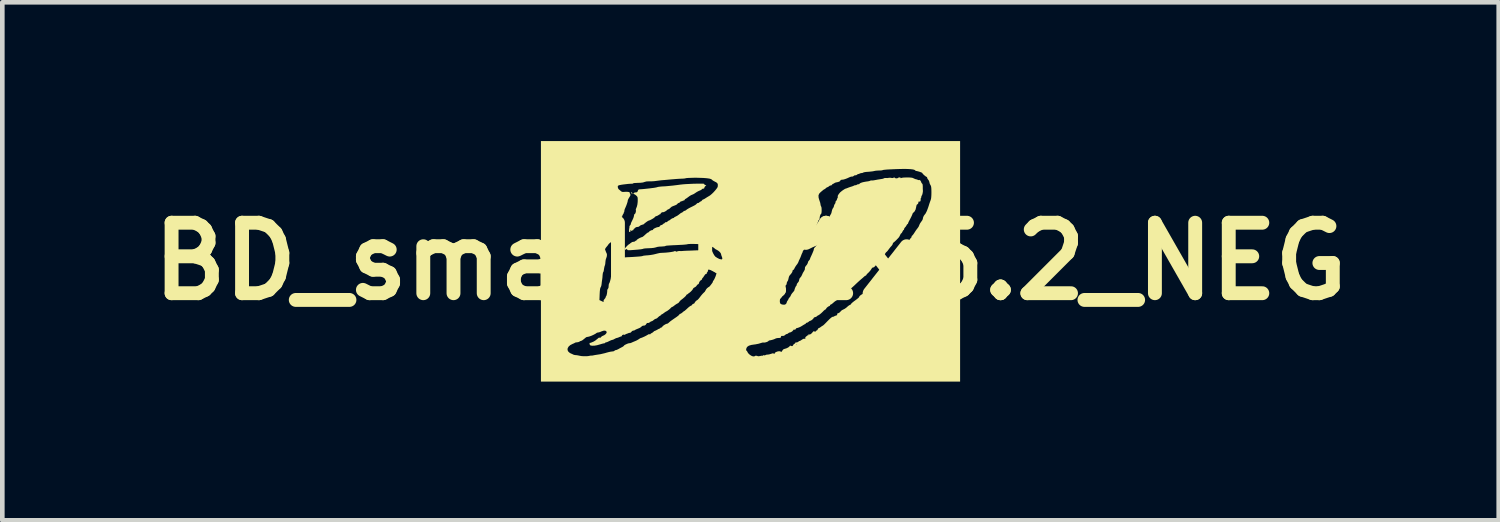
<source format=kicad_pcb>
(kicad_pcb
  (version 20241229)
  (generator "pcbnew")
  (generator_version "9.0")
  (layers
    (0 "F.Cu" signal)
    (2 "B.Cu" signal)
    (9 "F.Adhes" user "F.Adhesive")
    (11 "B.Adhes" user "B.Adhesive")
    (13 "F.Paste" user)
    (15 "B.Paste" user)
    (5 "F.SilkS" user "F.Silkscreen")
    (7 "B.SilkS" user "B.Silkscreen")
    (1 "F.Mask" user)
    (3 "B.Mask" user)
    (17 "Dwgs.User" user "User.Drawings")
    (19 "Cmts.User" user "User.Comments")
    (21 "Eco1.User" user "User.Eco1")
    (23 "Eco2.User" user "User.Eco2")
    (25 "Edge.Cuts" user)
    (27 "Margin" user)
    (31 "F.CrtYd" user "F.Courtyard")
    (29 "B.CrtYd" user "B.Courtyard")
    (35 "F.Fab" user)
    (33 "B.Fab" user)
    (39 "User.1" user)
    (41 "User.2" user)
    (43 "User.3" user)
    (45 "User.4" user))
  (footprint "BD_small 9.1x5.2_NEG"
    (layer "F.Cu")
    (at 13.179 2.601)
    (property "Reference" "BD_small 9.1x5.2_NEG" (at 0 0 0) (layer "F.SilkS") (effects (font (size 1.524 1.524) (thickness 0.3))))
    (attr board_only exclude_from_pos_files exclude_from_bom)
    (fp_poly (pts (xy 2.431 0.685) (xy 2.425 0.69) (xy 2.42 0.685) (xy 2.425 0.679)) (stroke (width 0) (type solid)) (fill yes) (layer "F.SilkS"))
    (fp_poly (pts (xy -2.56 -1.492) (xy -2.561 -1.49) (xy -2.562 -1.477) (xy -2.557 -1.468) (xy -2.551 -1.456) (xy -2.556 -1.454) (xy -2.568 -1.463) (xy -2.573 -1.471) (xy -2.579 -1.49) (xy -2.574 -1.496) (xy -2.567 -1.497)) (stroke (width 0) (type solid)) (fill yes) (layer "F.SilkS"))
    (fp_poly (pts (xy -1.063 -1.68) (xy -1.027 -1.679) (xy -1.007 -1.677) (xy -1.004 -1.675) (xy -1.001 -1.665) (xy -0.986 -1.653) (xy -0.974 -1.649) (xy -0.958 -1.647) (xy -0.96 -1.641) (xy -0.974 -1.629) (xy -0.992 -1.609) (xy -0.998 -1.592) (xy -1.004 -1.575) (xy -1.024 -1.571) (xy -1.044 -1.567) (xy -1.051 -1.56) (xy -1.06 -1.549) (xy -1.08 -1.538) (xy -1.125 -1.519) (xy -1.157 -1.502) (xy -1.185 -1.484) (xy -1.199 -1.474) (xy -1.229 -1.455) (xy -1.258 -1.442) (xy -1.264 -1.44) (xy -1.287 -1.43) (xy -1.318 -1.411) (xy -1.345 -1.391) (xy -1.375 -1.369) (xy -1.399 -1.353) (xy -1.411 -1.348) (xy -1.421 -1.339) (xy -1.422 -1.332) (xy -1.431 -1.319) (xy -1.443 -1.316) (xy -1.463 -1.311) (xy -1.471 -1.305) (xy -1.485 -1.298) (xy -1.492 -1.299) (xy -1.509 -1.296) (xy -1.52 -1.284) (xy -1.538 -1.267) (xy -1.552 -1.263) (xy -1.571 -1.255) (xy -1.581 -1.242) (xy -1.599 -1.226) (xy -1.632 -1.21) (xy -1.65 -1.204) (xy -1.702 -1.183) (xy -1.734 -1.156) (xy -1.755 -1.136) (xy -1.774 -1.126) (xy -1.777 -1.125) (xy -1.796 -1.117) (xy -1.801 -1.112) (xy -1.816 -1.098) (xy -1.84 -1.082) (xy -1.865 -1.069) (xy -1.883 -1.063) (xy -1.886 -1.063) (xy -1.907 -1.062) (xy -1.928 -1.052) (xy -1.942 -1.038) (xy -1.942 -1.034) (xy -1.949 -1.021) (xy -1.954 -1.019) (xy -1.97 -1.013) (xy -1.992 -0.998) (xy -1.993 -0.998) (xy -2.018 -0.983) (xy -2.039 -0.977) (xy -2.059 -0.968) (xy -2.069 -0.956) (xy -2.083 -0.943) (xy -2.109 -0.925) (xy -2.141 -0.907) (xy -2.172 -0.891) (xy -2.196 -0.882) (xy -2.201 -0.881) (xy -2.214 -0.875) (xy -2.237 -0.861) (xy -2.263 -0.842) (xy -2.286 -0.824) (xy -2.301 -0.811) (xy -2.303 -0.807) (xy -2.313 -0.8) (xy -2.336 -0.793) (xy -2.343 -0.791) (xy -2.373 -0.781) (xy -2.395 -0.766) (xy -2.396 -0.763) (xy -2.421 -0.747) (xy -2.448 -0.743) (xy -2.477 -0.738) (xy -2.491 -0.727) (xy -2.503 -0.713) (xy -2.51 -0.711) (xy -2.523 -0.702) (xy -2.529 -0.69) (xy -2.537 -0.673) (xy -2.544 -0.671) (xy -2.56 -0.668) (xy -2.583 -0.657) (xy -2.604 -0.643) (xy -2.612 -0.634) (xy -2.621 -0.634) (xy -2.625 -0.641) (xy -2.627 -0.662) (xy -2.627 -0.669) (xy -2.606 -0.669) (xy -2.605 -0.659) (xy -2.601 -0.658) (xy -2.59 -0.666) (xy -2.59 -0.669) (xy -2.594 -0.679) (xy -2.595 -0.679) (xy -2.604 -0.672) (xy -2.606 -0.669) (xy -2.627 -0.669) (xy -2.625 -0.693) (xy -2.623 -0.706) (xy -2.618 -0.735) (xy -2.617 -0.754) (xy -2.618 -0.757) (xy -2.615 -0.766) (xy -2.606 -0.775) (xy -2.592 -0.793) (xy -2.59 -0.803) (xy -2.585 -0.825) (xy -2.581 -0.836) (xy -2.555 -0.889) (xy -2.537 -0.928) (xy -2.526 -0.958) (xy -2.52 -0.984) (xy -2.52 -0.988) (xy -2.514 -1.013) (xy -2.507 -1.024) (xy -2.505 -1.024) (xy -2.496 -1.029) (xy -2.487 -1.047) (xy -2.48 -1.071) (xy -2.477 -1.093) (xy -2.479 -1.105) (xy -2.481 -1.123) (xy -2.475 -1.139) (xy -2.457 -1.185) (xy -2.446 -1.23) (xy -2.44 -1.283) (xy -2.439 -1.308) (xy -2.439 -1.35) (xy -2.441 -1.376) (xy -2.447 -1.395) (xy -2.459 -1.41) (xy -2.471 -1.422) (xy -2.495 -1.442) (xy -2.516 -1.453) (xy -2.521 -1.454) (xy -2.532 -1.458) (xy -2.527 -1.473) (xy -2.507 -1.488) (xy -2.482 -1.491) (xy -2.456 -1.494) (xy -2.443 -1.508) (xy -2.437 -1.524) (xy -2.427 -1.547) (xy -2.411 -1.556) (xy -2.389 -1.558) (xy -2.35 -1.56) (xy -2.296 -1.565) (xy -2.231 -1.572) (xy -2.192 -1.576) (xy -2.162 -1.58) (xy -2.123 -1.585) (xy -2.104 -1.587) (xy -2.066 -1.593) (xy -2.031 -1.6) (xy -2.019 -1.604) (xy -1.995 -1.61) (xy -1.957 -1.615) (xy -1.912 -1.619) (xy -1.895 -1.62) (xy -1.837 -1.623) (xy -1.764 -1.63) (xy -1.68 -1.638) (xy -1.591 -1.649) (xy -1.501 -1.661) (xy -1.497 -1.661) (xy -1.46 -1.665) (xy -1.411 -1.669) (xy -1.354 -1.672) (xy -1.292 -1.675) (xy -1.228 -1.678) (xy -1.167 -1.679) (xy -1.11 -1.68)) (stroke (width 0) (type solid)) (fill yes) (layer "F.SilkS"))
    (fp_poly (pts (xy 4.532 2.601) (xy -4.532 2.601) (xy -4.532 1.917) (xy -3.957 1.917) (xy -3.941 1.951) (xy -3.907 1.981) (xy -3.885 1.992) (xy -3.855 2.005) (xy -3.831 2.017) (xy -3.829 2.018) (xy -3.805 2.025) (xy -3.781 2.028) (xy -3.754 2.03) (xy -3.717 2.037) (xy -3.694 2.042) (xy -3.653 2.049) (xy -3.604 2.052) (xy -3.554 2.052) (xy -3.51 2.049) (xy -3.48 2.043) (xy -3.48 2.043) (xy -3.457 2.039) (xy -3.448 2.039) (xy -3.429 2.039) (xy -3.4 2.034) (xy -3.397 2.033) (xy -3.361 2.026) (xy -3.328 2.021) (xy -3.245 2.008) (xy -3.151 1.986) (xy -3.11 1.974) (xy -3.065 1.962) (xy -3.022 1.953) (xy -2.99 1.949) (xy -2.989 1.949) (xy -2.961 1.945) (xy -2.944 1.937) (xy -2.943 1.934) (xy -2.93 1.923) (xy -2.915 1.92) (xy -2.891 1.914) (xy -2.885 1.911) (xy -0.095 1.911) (xy -0.092 1.928) (xy -0.086 1.932) (xy -0.075 1.941) (xy -0.069 1.956) (xy -0.052 1.985) (xy -0.022 2.015) (xy 0.014 2.04) (xy 0.048 2.054) (xy 0.06 2.056) (xy 0.084 2.054) (xy 0.095 2.049) (xy 0.096 2.048) (xy 0.104 2.042) (xy 0.124 2.041) (xy 0.145 2.045) (xy 0.155 2.05) (xy 0.171 2.053) (xy 0.199 2.049) (xy 0.205 2.048) (xy 0.233 2.042) (xy 0.253 2.042) (xy 0.255 2.043) (xy 0.265 2.042) (xy 0.265 2.037) (xy 0.274 2.03) (xy 0.291 2.032) (xy 0.313 2.033) (xy 0.324 2.027) (xy 0.338 2.02) (xy 0.364 2.017) (xy 0.367 2.017) (xy 0.401 2.013) (xy 0.438 2.002) (xy 0.446 2) (xy 0.476 1.99) (xy 0.494 1.99) (xy 0.504 1.996) (xy 0.517 2.003) (xy 0.52 1.993) (xy 0.52 1.992) (xy 0.53 1.975) (xy 0.553 1.961) (xy 0.585 1.949) (xy 0.616 1.944) (xy 0.642 1.946) (xy 0.653 1.953) (xy 0.665 1.959) (xy 0.679 1.947) (xy 0.69 1.927) (xy 0.707 1.906) (xy 0.724 1.897) (xy 0.774 1.882) (xy 0.814 1.863) (xy 0.839 1.844) (xy 0.843 1.838) (xy 0.856 1.823) (xy 0.87 1.826) (xy 0.897 1.835) (xy 0.915 1.825) (xy 0.923 1.81) (xy 0.934 1.794) (xy 0.998 1.794) (xy 1.002 1.803) (xy 1.005 1.801) (xy 1.006 1.788) (xy 1.005 1.787) (xy 0.999 1.788) (xy 0.998 1.794) (xy 0.934 1.794) (xy 0.936 1.79) (xy 0.95 1.783) (xy 0.964 1.775) (xy 0.966 1.766) (xy 0.973 1.754) (xy 0.987 1.754) (xy 1.011 1.752) (xy 1.031 1.74) (xy 1.052 1.725) (xy 1.068 1.72) (xy 1.084 1.713) (xy 1.107 1.697) (xy 1.112 1.694) (xy 1.143 1.675) (xy 1.167 1.674) (xy 1.184 1.676) (xy 1.186 1.666) (xy 1.185 1.66) (xy 1.186 1.641) (xy 1.203 1.625) (xy 1.21 1.62) (xy 1.227 1.608) (xy 1.252 1.608) (xy 1.258 1.613) (xy 1.263 1.608) (xy 1.258 1.603) (xy 1.252 1.608) (xy 1.227 1.608) (xy 1.231 1.605) (xy 1.242 1.593) (xy 1.242 1.592) (xy 1.251 1.584) (xy 1.273 1.582) (xy 1.299 1.576) (xy 1.324 1.555) (xy 1.335 1.542) (xy 1.355 1.519) (xy 1.369 1.51) (xy 1.381 1.514) (xy 1.384 1.517) (xy 1.398 1.525) (xy 1.406 1.517) (xy 1.407 1.514) (xy 1.421 1.499) (xy 1.429 1.497) (xy 1.444 1.488) (xy 1.454 1.47) (xy 1.465 1.45) (xy 1.476 1.444) (xy 1.491 1.438) (xy 1.515 1.423) (xy 1.522 1.417) (xy 1.546 1.4) (xy 1.562 1.391) (xy 1.564 1.39) (xy 1.574 1.383) (xy 1.595 1.364) (xy 1.625 1.334) (xy 1.66 1.298) (xy 1.663 1.295) (xy 1.71 1.248) (xy 1.745 1.217) (xy 1.769 1.202) (xy 1.779 1.199) (xy 1.8 1.196) (xy 1.809 1.19) (xy 1.823 1.181) (xy 1.847 1.173) (xy 1.87 1.165) (xy 1.875 1.152) (xy 1.874 1.147) (xy 1.874 1.132) (xy 1.892 1.123) (xy 1.897 1.122) (xy 1.924 1.108) (xy 1.947 1.085) (xy 1.947 1.084) (xy 1.975 1.057) (xy 2.006 1.042) (xy 2.036 1.027) (xy 2.069 1.004) (xy 2.086 0.989) (xy 2.113 0.965) (xy 2.138 0.948) (xy 2.149 0.943) (xy 2.167 0.934) (xy 2.171 0.926) (xy 2.179 0.914) (xy 2.2 0.894) (xy 2.229 0.87) (xy 2.229 0.87) (xy 2.276 0.836) (xy 2.308 0.811) (xy 2.329 0.794) (xy 2.342 0.782) (xy 2.348 0.772) (xy 2.351 0.764) (xy 2.364 0.746) (xy 2.388 0.727) (xy 2.399 0.72) (xy 2.425 0.705) (xy 2.439 0.693) (xy 2.441 0.69) (xy 2.448 0.677) (xy 2.466 0.656) (xy 2.488 0.634) (xy 2.509 0.615) (xy 2.524 0.605) (xy 2.525 0.605) (xy 2.539 0.597) (xy 2.55 0.584) (xy 2.568 0.567) (xy 2.582 0.563) (xy 2.598 0.554) (xy 2.601 0.541) (xy 2.607 0.524) (xy 2.617 0.52) (xy 2.633 0.511) (xy 2.645 0.494) (xy 2.658 0.476) (xy 2.671 0.474) (xy 2.684 0.473) (xy 2.685 0.468) (xy 2.693 0.456) (xy 2.712 0.433) (xy 2.742 0.401) (xy 2.779 0.362) (xy 2.8 0.342) (xy 2.842 0.299) (xy 2.882 0.258) (xy 2.914 0.223) (xy 2.937 0.197) (xy 2.942 0.191) (xy 2.964 0.162) (xy 2.985 0.137) (xy 2.989 0.133) (xy 3.009 0.107) (xy 3.024 0.082) (xy 3.04 0.062) (xy 3.056 0.053) (xy 3.069 0.044) (xy 3.089 0.021) (xy 3.111 -0.011) (xy 3.114 -0.016) (xy 3.135 -0.049) (xy 3.152 -0.073) (xy 3.163 -0.085) (xy 3.164 -0.085) (xy 3.174 -0.094) (xy 3.189 -0.115) (xy 3.204 -0.144) (xy 3.212 -0.161) (xy 3.227 -0.178) (xy 3.238 -0.184) (xy 3.254 -0.196) (xy 3.27 -0.221) (xy 3.273 -0.227) (xy 3.288 -0.254) (xy 3.303 -0.27) (xy 3.306 -0.272) (xy 3.319 -0.286) (xy 3.322 -0.303) (xy 3.332 -0.329) (xy 3.346 -0.341) (xy 3.368 -0.355) (xy 3.387 -0.376) (xy 3.406 -0.407) (xy 3.424 -0.442) (xy 3.442 -0.473) (xy 3.458 -0.496) (xy 3.466 -0.503) (xy 3.479 -0.517) (xy 3.481 -0.529) (xy 3.488 -0.549) (xy 3.495 -0.555) (xy 3.507 -0.566) (xy 3.526 -0.591) (xy 3.547 -0.623) (xy 3.55 -0.628) (xy 3.574 -0.665) (xy 3.597 -0.697) (xy 3.614 -0.718) (xy 3.614 -0.719) (xy 3.633 -0.745) (xy 3.648 -0.778) (xy 3.649 -0.783) (xy 3.665 -0.818) (xy 3.688 -0.852) (xy 3.694 -0.86) (xy 3.713 -0.887) (xy 3.725 -0.913) (xy 3.726 -0.92) (xy 3.732 -0.95) (xy 3.746 -0.982) (xy 3.757 -0.998) (xy 3.786 -1.035) (xy 3.813 -1.088) (xy 3.84 -1.16) (xy 3.853 -1.199) (xy 3.867 -1.245) (xy 3.882 -1.288) (xy 3.894 -1.32) (xy 3.894 -1.321) (xy 3.903 -1.349) (xy 3.908 -1.386) (xy 3.911 -1.437) (xy 3.912 -1.492) (xy 3.911 -1.548) (xy 3.909 -1.588) (xy 3.905 -1.616) (xy 3.899 -1.636) (xy 3.89 -1.651) (xy 3.875 -1.681) (xy 3.868 -1.711) (xy 3.868 -1.712) (xy 3.859 -1.742) (xy 3.844 -1.763) (xy 3.827 -1.785) (xy 3.821 -1.805) (xy 3.815 -1.822) (xy 3.808 -1.826) (xy 3.793 -1.833) (xy 3.771 -1.85) (xy 3.746 -1.871) (xy 3.726 -1.892) (xy 3.715 -1.907) (xy 3.715 -1.909) (xy 3.706 -1.917) (xy 3.682 -1.927) (xy 3.651 -1.938) (xy 3.619 -1.947) (xy 3.593 -1.953) (xy 3.586 -1.953) (xy 3.566 -1.96) (xy 3.56 -1.968) (xy 3.545 -1.978) (xy 3.512 -1.987) (xy 3.461 -1.993) (xy 3.395 -1.997) (xy 3.323 -1.998) (xy 3.249 -1.997) (xy 3.174 -1.995) (xy 3.1 -1.992) (xy 3.031 -1.989) (xy 2.969 -1.986) (xy 2.919 -1.982) (xy 2.882 -1.978) (xy 2.863 -1.975) (xy 2.861 -1.974) (xy 2.846 -1.968) (xy 2.816 -1.965) (xy 2.781 -1.964) (xy 2.738 -1.962) (xy 2.698 -1.958) (xy 2.675 -1.953) (xy 2.647 -1.947) (xy 2.606 -1.942) (xy 2.558 -1.937) (xy 2.542 -1.936) (xy 2.499 -1.933) (xy 2.465 -1.928) (xy 2.444 -1.923) (xy 2.441 -1.921) (xy 2.427 -1.913) (xy 2.402 -1.909) (xy 2.4 -1.909) (xy 2.375 -1.904) (xy 2.361 -1.898) (xy 2.36 -1.898) (xy 2.347 -1.891) (xy 2.336 -1.889) (xy 2.313 -1.882) (xy 2.303 -1.873) (xy 2.282 -1.861) (xy 2.269 -1.861) (xy 2.246 -1.858) (xy 2.232 -1.847) (xy 2.212 -1.834) (xy 2.197 -1.833) (xy 2.177 -1.832) (xy 2.148 -1.822) (xy 2.135 -1.816) (xy 2.089 -1.795) (xy 2.043 -1.778) (xy 2.004 -1.767) (xy 1.977 -1.765) (xy 1.974 -1.765) (xy 1.954 -1.76) (xy 1.942 -1.746) (xy 1.931 -1.731) (xy 1.912 -1.721) (xy 1.88 -1.712) (xy 1.844 -1.705) (xy 1.821 -1.696) (xy 1.813 -1.69) (xy 1.794 -1.678) (xy 1.787 -1.677) (xy 1.772 -1.669) (xy 1.762 -1.656) (xy 1.748 -1.642) (xy 1.736 -1.641) (xy 1.719 -1.638) (xy 1.699 -1.625) (xy 1.679 -1.609) (xy 1.663 -1.603) (xy 1.645 -1.595) (xy 1.629 -1.582) (xy 1.612 -1.566) (xy 1.601 -1.56) (xy 1.587 -1.554) (xy 1.574 -1.544) (xy 1.554 -1.528) (xy 1.527 -1.505) (xy 1.516 -1.496) (xy 1.484 -1.462) (xy 1.47 -1.425) (xy 1.472 -1.38) (xy 1.481 -1.345) (xy 1.492 -1.311) (xy 1.501 -1.284) (xy 1.505 -1.274) (xy 1.51 -1.252) (xy 1.514 -1.227) (xy 1.52 -1.2) (xy 1.529 -1.183) (xy 1.534 -1.168) (xy 1.537 -1.14) (xy 1.538 -1.106) (xy 1.537 -1.072) (xy 1.534 -1.045) (xy 1.53 -1.03) (xy 1.528 -1.03) (xy 1.518 -1.02) (xy 1.507 -0.997) (xy 1.499 -0.968) (xy 1.495 -0.94) (xy 1.495 -0.932) (xy 1.491 -0.906) (xy 1.481 -0.896) (xy 1.467 -0.883) (xy 1.465 -0.875) (xy 1.46 -0.857) (xy 1.449 -0.831) (xy 1.436 -0.801) (xy 1.424 -0.764) (xy 1.422 -0.756) (xy 1.411 -0.726) (xy 1.398 -0.712) (xy 1.395 -0.711) (xy 1.383 -0.702) (xy 1.38 -0.691) (xy 1.373 -0.666) (xy 1.364 -0.654) (xy 1.352 -0.635) (xy 1.341 -0.604) (xy 1.336 -0.585) (xy 1.326 -0.554) (xy 1.316 -0.535) (xy 1.31 -0.531) (xy 1.3 -0.521) (xy 1.292 -0.498) (xy 1.289 -0.487) (xy 1.283 -0.46) (xy 1.276 -0.454) (xy 1.273 -0.458) (xy 1.266 -0.464) (xy 1.263 -0.452) (xy 1.263 -0.45) (xy 1.256 -0.426) (xy 1.243 -0.41) (xy 1.227 -0.386) (xy 1.216 -0.356) (xy 1.205 -0.326) (xy 1.189 -0.302) (xy 1.173 -0.284) (xy 1.168 -0.271) (xy 1.16 -0.255) (xy 1.146 -0.239) (xy 1.132 -0.223) (xy 1.13 -0.214) (xy 1.129 -0.202) (xy 1.121 -0.187) (xy 1.109 -0.162) (xy 1.096 -0.129) (xy 1.094 -0.122) (xy 1.08 -0.086) (xy 1.064 -0.052) (xy 1.062 -0.047) (xy 1.047 -0.017) (xy 1.037 0.011) (xy 1.026 0.035) (xy 1.007 0.065) (xy 0.995 0.079) (xy 0.973 0.111) (xy 0.955 0.142) (xy 0.95 0.153) (xy 0.938 0.176) (xy 0.924 0.186) (xy 0.923 0.186) (xy 0.911 0.195) (xy 0.909 0.207) (xy 0.903 0.231) (xy 0.881 0.265) (xy 0.846 0.306) (xy 0.844 0.308) (xy 0.833 0.329) (xy 0.824 0.36) (xy 0.822 0.372) (xy 0.814 0.404) (xy 0.804 0.427) (xy 0.799 0.432) (xy 0.788 0.45) (xy 0.783 0.476) (xy 0.778 0.501) (xy 0.767 0.514) (xy 0.757 0.528) (xy 0.758 0.537) (xy 0.755 0.554) (xy 0.748 0.559) (xy 0.736 0.572) (xy 0.727 0.598) (xy 0.726 0.602) (xy 0.718 0.628) (xy 0.706 0.643) (xy 0.705 0.644) (xy 0.692 0.658) (xy 0.69 0.669) (xy 0.682 0.688) (xy 0.673 0.694) (xy 0.662 0.707) (xy 0.664 0.722) (xy 0.663 0.748) (xy 0.655 0.767) (xy 0.642 0.798) (xy 0.635 0.837) (xy 0.634 0.876) (xy 0.64 0.906) (xy 0.643 0.911) (xy 0.666 0.928) (xy 0.701 0.937) (xy 0.737 0.937) (xy 0.751 0.933) (xy 0.773 0.914) (xy 0.782 0.892) (xy 0.791 0.865) (xy 0.803 0.848) (xy 0.815 0.831) (xy 0.817 0.823) (xy 0.824 0.807) (xy 0.84 0.785) (xy 0.844 0.781) (xy 0.861 0.759) (xy 0.87 0.742) (xy 0.87 0.74) (xy 0.878 0.722) (xy 0.899 0.691) (xy 0.933 0.651) (xy 0.936 0.647) (xy 0.948 0.629) (xy 0.95 0.621) (xy 0.954 0.602) (xy 0.964 0.576) (xy 0.975 0.55) (xy 0.985 0.534) (xy 0.989 0.531) (xy 0.996 0.522) (xy 0.998 0.508) (xy 1.005 0.485) (xy 1.023 0.462) (xy 1.024 0.461) (xy 1.046 0.43) (xy 1.051 0.406) (xy 1.06 0.372) (xy 1.077 0.351) (xy 1.099 0.323) (xy 1.115 0.29) (xy 1.116 0.288) (xy 1.131 0.253) (xy 1.152 0.218) (xy 1.155 0.215) (xy 1.174 0.178) (xy 1.176 0.154) (xy 1.179 0.126) (xy 1.198 0.098) (xy 1.216 0.078) (xy 1.225 0.063) (xy 1.226 0.062) (xy 1.232 0.049) (xy 1.234 0.047) (xy 1.241 0.03) (xy 1.242 0.021) (xy 1.249 0.001) (xy 1.263 -0.016) (xy 1.279 -0.034) (xy 1.284 -0.046) (xy 1.289 -0.061) (xy 1.299 -0.088) (xy 1.31 -0.11) (xy 1.336 -0.168) (xy 1.354 -0.211) (xy 1.365 -0.24) (xy 1.369 -0.26) (xy 1.369 -0.265) (xy 1.377 -0.287) (xy 1.388 -0.299) (xy 1.404 -0.316) (xy 1.424 -0.345) (xy 1.445 -0.38) (xy 1.462 -0.414) (xy 1.473 -0.441) (xy 1.475 -0.451) (xy 1.482 -0.47) (xy 1.498 -0.489) (xy 1.511 -0.506) (xy 1.514 -0.517) (xy 1.516 -0.528) (xy 1.528 -0.549) (xy 1.533 -0.556) (xy 1.551 -0.585) (xy 1.571 -0.624) (xy 1.59 -0.666) (xy 1.605 -0.705) (xy 1.613 -0.734) (xy 1.613 -0.741) (xy 1.621 -0.765) (xy 1.63 -0.775) (xy 1.642 -0.798) (xy 1.64 -0.814) (xy 1.639 -0.833) (xy 1.652 -0.838) (xy 1.654 -0.839) (xy 1.665 -0.843) (xy 1.676 -0.86) (xy 1.687 -0.892) (xy 1.693 -0.915) (xy 1.705 -0.955) (xy 1.719 -0.989) (xy 1.731 -1.009) (xy 1.731 -1.01) (xy 1.744 -1.032) (xy 1.754 -1.064) (xy 1.756 -1.077) (xy 1.765 -1.113) (xy 1.778 -1.143) (xy 1.783 -1.149) (xy 1.799 -1.174) (xy 1.804 -1.196) (xy 1.812 -1.223) (xy 1.823 -1.239) (xy 1.836 -1.261) (xy 1.838 -1.278) (xy 1.842 -1.299) (xy 1.851 -1.308) (xy 1.866 -1.325) (xy 1.868 -1.337) (xy 1.874 -1.358) (xy 1.88 -1.365) (xy 1.887 -1.379) (xy 1.886 -1.393) (xy 1.888 -1.42) (xy 1.907 -1.453) (xy 1.937 -1.49) (xy 1.978 -1.524) (xy 1.989 -1.532) (xy 2.019 -1.552) (xy 2.042 -1.566) (xy 2.053 -1.571) (xy 2.068 -1.575) (xy 2.092 -1.584) (xy 2.095 -1.585) (xy 2.127 -1.598) (xy 2.165 -1.611) (xy 2.176 -1.614) (xy 2.207 -1.624) (xy 2.229 -1.633) (xy 2.234 -1.636) (xy 2.252 -1.644) (xy 2.268 -1.645) (xy 2.289 -1.649) (xy 2.298 -1.656) (xy 2.313 -1.664) (xy 2.33 -1.666) (xy 2.35 -1.67) (xy 2.356 -1.676) (xy 2.366 -1.687) (xy 2.392 -1.699) (xy 2.43 -1.711) (xy 2.475 -1.72) (xy 2.505 -1.725) (xy 2.543 -1.73) (xy 2.573 -1.737) (xy 2.587 -1.743) (xy 2.607 -1.75) (xy 2.614 -1.748) (xy 2.631 -1.748) (xy 2.662 -1.751) (xy 2.7 -1.758) (xy 2.702 -1.758) (xy 2.747 -1.767) (xy 2.792 -1.774) (xy 2.823 -1.779) (xy 2.855 -1.784) (xy 2.879 -1.792) (xy 2.884 -1.795) (xy 2.904 -1.802) (xy 2.926 -1.802) (xy 2.957 -1.801) (xy 2.985 -1.805) (xy 3.019 -1.808) (xy 3.042 -1.804) (xy 3.074 -1.801) (xy 3.09 -1.807) (xy 3.108 -1.815) (xy 3.117 -1.809) (xy 3.118 -1.807) (xy 3.131 -1.798) (xy 3.154 -1.794) (xy 3.177 -1.797) (xy 3.19 -1.804) (xy 3.204 -1.813) (xy 3.225 -1.815) (xy 3.243 -1.81) (xy 3.248 -1.802) (xy 3.251 -1.795) (xy 3.256 -1.8) (xy 3.271 -1.806) (xy 3.305 -1.811) (xy 3.356 -1.813) (xy 3.379 -1.813) (xy 3.434 -1.813) (xy 3.473 -1.81) (xy 3.5 -1.806) (xy 3.522 -1.797) (xy 3.53 -1.793) (xy 3.559 -1.78) (xy 3.584 -1.773) (xy 3.587 -1.773) (xy 3.608 -1.768) (xy 3.614 -1.762) (xy 3.627 -1.756) (xy 3.631 -1.757) (xy 3.653 -1.76) (xy 3.674 -1.747) (xy 3.688 -1.722) (xy 3.689 -1.718) (xy 3.698 -1.694) (xy 3.711 -1.681) (xy 3.72 -1.668) (xy 3.724 -1.637) (xy 3.725 -1.615) (xy 3.725 -1.579) (xy 3.726 -1.55) (xy 3.727 -1.539) (xy 3.728 -1.517) (xy 3.724 -1.487) (xy 3.718 -1.457) (xy 3.71 -1.433) (xy 3.704 -1.422) (xy 3.703 -1.422) (xy 3.696 -1.413) (xy 3.694 -1.396) (xy 3.69 -1.374) (xy 3.683 -1.364) (xy 3.677 -1.351) (xy 3.678 -1.348) (xy 3.68 -1.331) (xy 3.677 -1.313) (xy 3.668 -1.294) (xy 3.65 -1.292) (xy 3.65 -1.292) (xy 3.633 -1.292) (xy 3.631 -1.283) (xy 3.629 -1.259) (xy 3.617 -1.239) (xy 3.603 -1.231) (xy 3.593 -1.221) (xy 3.585 -1.191) (xy 3.582 -1.173) (xy 3.569 -1.119) (xy 3.545 -1.075) (xy 3.516 -1.048) (xy 3.504 -1.032) (xy 3.503 -1.026) (xy 3.497 -1.009) (xy 3.482 -0.975) (xy 3.457 -0.925) (xy 3.425 -0.865) (xy 3.413 -0.84) (xy 3.407 -0.821) (xy 3.407 -0.82) (xy 3.4 -0.808) (xy 3.396 -0.807) (xy 3.385 -0.798) (xy 3.373 -0.777) (xy 3.357 -0.751) (xy 3.341 -0.734) (xy 3.326 -0.714) (xy 3.322 -0.7) (xy 3.318 -0.683) (xy 3.312 -0.679) (xy 3.301 -0.67) (xy 3.289 -0.649) (xy 3.286 -0.642) (xy 3.273 -0.618) (xy 3.262 -0.606) (xy 3.26 -0.605) (xy 3.249 -0.596) (xy 3.239 -0.576) (xy 3.225 -0.547) (xy 3.214 -0.527) (xy 3.198 -0.507) (xy 3.173 -0.481) (xy 3.146 -0.453) (xy 3.119 -0.428) (xy 3.098 -0.41) (xy 3.088 -0.403) (xy 3.08 -0.395) (xy 3.078 -0.384) (xy 3.071 -0.364) (xy 3.054 -0.339) (xy 3.049 -0.333) (xy 3.025 -0.307) (xy 2.998 -0.272) (xy 2.983 -0.252) (xy 2.963 -0.225) (xy 2.946 -0.207) (xy 2.939 -0.202) (xy 2.929 -0.193) (xy 2.915 -0.172) (xy 2.912 -0.167) (xy 2.895 -0.14) (xy 2.876 -0.12) (xy 2.875 -0.119) (xy 2.859 -0.102) (xy 2.855 -0.09) (xy 2.847 -0.074) (xy 2.834 -0.064) (xy 2.817 -0.05) (xy 2.813 -0.039) (xy 2.805 -0.024) (xy 2.792 -0.013) (xy 2.775 0.006) (xy 2.77 0.021) (xy 2.763 0.039) (xy 2.75 0.042) (xy 2.73 0.051) (xy 2.723 0.061) (xy 2.711 0.084) (xy 2.691 0.108) (xy 2.669 0.127) (xy 2.651 0.134) (xy 2.647 0.134) (xy 2.632 0.139) (xy 2.615 0.163) (xy 2.612 0.169) (xy 2.59 0.201) (xy 2.561 0.234) (xy 2.548 0.247) (xy 2.524 0.269) (xy 2.508 0.288) (xy 2.505 0.296) (xy 2.497 0.307) (xy 2.494 0.308) (xy 2.477 0.314) (xy 2.468 0.321) (xy 2.453 0.334) (xy 2.428 0.357) (xy 2.398 0.382) (xy 2.359 0.416) (xy 2.316 0.455) (xy 2.286 0.483) (xy 2.241 0.526) (xy 2.208 0.556) (xy 2.184 0.577) (xy 2.165 0.592) (xy 2.15 0.602) (xy 2.138 0.608) (xy 2.117 0.624) (xy 2.087 0.65) (xy 2.054 0.683) (xy 2.043 0.695) (xy 2.006 0.734) (xy 1.967 0.767) (xy 1.933 0.79) (xy 1.929 0.792) (xy 1.901 0.808) (xy 1.883 0.821) (xy 1.879 0.826) (xy 1.87 0.837) (xy 1.85 0.85) (xy 1.85 0.85) (xy 1.824 0.867) (xy 1.794 0.892) (xy 1.786 0.9) (xy 1.761 0.92) (xy 1.741 0.933) (xy 1.735 0.934) (xy 1.721 0.943) (xy 1.72 0.95) (xy 1.714 0.964) (xy 1.708 0.966) (xy 1.69 0.973) (xy 1.667 0.988) (xy 1.646 1.007) (xy 1.635 1.024) (xy 1.635 1.026) (xy 1.626 1.039) (xy 1.621 1.04) (xy 1.607 1.048) (xy 1.584 1.067) (xy 1.559 1.093) (xy 1.527 1.123) (xy 1.494 1.15) (xy 1.472 1.164) (xy 1.447 1.177) (xy 1.434 1.188) (xy 1.433 1.19) (xy 1.424 1.197) (xy 1.402 1.205) (xy 1.401 1.205) (xy 1.379 1.212) (xy 1.369 1.22) (xy 1.369 1.22) (xy 1.361 1.235) (xy 1.342 1.255) (xy 1.319 1.273) (xy 1.299 1.284) (xy 1.295 1.284) (xy 1.275 1.292) (xy 1.258 1.306) (xy 1.236 1.322) (xy 1.219 1.327) (xy 1.203 1.332) (xy 1.199 1.338) (xy 1.191 1.35) (xy 1.182 1.356) (xy 1.163 1.365) (xy 1.135 1.382) (xy 1.11 1.398) (xy 1.073 1.419) (xy 1.036 1.434) (xy 1.017 1.44) (xy 0.993 1.446) (xy 0.982 1.453) (xy 0.982 1.455) (xy 0.979 1.466) (xy 0.966 1.475) (xy 0.949 1.481) (xy 0.944 1.474) (xy 0.944 1.473) (xy 0.94 1.471) (xy 0.928 1.485) (xy 0.926 1.488) (xy 0.9 1.516) (xy 0.866 1.535) (xy 0.845 1.539) (xy 0.826 1.547) (xy 0.817 1.555) (xy 0.797 1.569) (xy 0.786 1.571) (xy 0.765 1.578) (xy 0.748 1.593) (xy 0.726 1.608) (xy 0.706 1.613) (xy 0.676 1.612) (xy 0.662 1.618) (xy 0.658 1.634) (xy 0.658 1.634) (xy 0.651 1.652) (xy 0.634 1.656) (xy 0.59 1.658) (xy 0.557 1.664) (xy 0.546 1.668) (xy 0.523 1.679) (xy 0.489 1.692) (xy 0.453 1.702) (xy 0.424 1.708) (xy 0.417 1.709) (xy 0.397 1.714) (xy 0.391 1.721) (xy 0.378 1.732) (xy 0.353 1.744) (xy 0.322 1.753) (xy 0.296 1.757) (xy 0.285 1.756) (xy 0.262 1.756) (xy 0.243 1.761) (xy 0.174 1.782) (xy 0.103 1.796) (xy 0.085 1.798) (xy 0.017 1.808) (xy -0.035 1.824) (xy -0.069 1.847) (xy -0.078 1.858) (xy -0.091 1.886) (xy -0.095 1.911) (xy -2.885 1.911) (xy -2.862 1.9) (xy -2.861 1.9) (xy -2.83 1.882) (xy -2.794 1.863) (xy -2.784 1.858) (xy -2.757 1.843) (xy -2.741 1.83) (xy -2.738 1.826) (xy -2.729 1.815) (xy -2.707 1.802) (xy -2.677 1.788) (xy -2.648 1.776) (xy -2.624 1.771) (xy -2.619 1.771) (xy -2.597 1.768) (xy -2.571 1.758) (xy -2.543 1.745) (xy -2.507 1.73) (xy -2.494 1.725) (xy -2.457 1.708) (xy -2.421 1.687) (xy -2.413 1.681) (xy -2.388 1.665) (xy -2.368 1.656) (xy -2.365 1.656) (xy -2.349 1.651) (xy -2.321 1.639) (xy -2.286 1.623) (xy -2.252 1.605) (xy -2.225 1.59) (xy -2.213 1.581) (xy -2.193 1.575) (xy -2.183 1.577) (xy -2.168 1.578) (xy -2.165 1.573) (xy -2.156 1.561) (xy -2.142 1.554) (xy -2.117 1.54) (xy -2.102 1.527) (xy -2.083 1.51) (xy -2.07 1.504) (xy -2.051 1.497) (xy -2.024 1.483) (xy -2.015 1.478) (xy -1.989 1.463) (xy -1.969 1.455) (xy -1.965 1.454) (xy -1.954 1.447) (xy -1.953 1.444) (xy -1.944 1.435) (xy -1.933 1.433) (xy -1.914 1.424) (xy -1.908 1.414) (xy -1.896 1.399) (xy -1.872 1.381) (xy -1.843 1.363) (xy -1.815 1.351) (xy -1.8 1.348) (xy -1.784 1.341) (xy -1.764 1.323) (xy -1.762 1.322) (xy -1.744 1.305) (xy -1.712 1.281) (xy -1.672 1.253) (xy -1.639 1.23) (xy -1.599 1.203) (xy -1.566 1.178) (xy -1.545 1.159) (xy -1.539 1.15) (xy -1.53 1.138) (xy -1.522 1.136) (xy -1.504 1.129) (xy -1.48 1.112) (xy -1.474 1.107) (xy -1.453 1.088) (xy -1.438 1.078) (xy -1.436 1.077) (xy -1.425 1.071) (xy -1.403 1.052) (xy -1.375 1.027) (xy -1.369 1.021) (xy -1.338 0.993) (xy -1.309 0.971) (xy -1.289 0.96) (xy -1.287 0.959) (xy -1.268 0.949) (xy -1.263 0.939) (xy -1.254 0.927) (xy -1.237 0.919) (xy -1.217 0.91) (xy -1.21 0.901) (xy -1.203 0.885) (xy -1.186 0.864) (xy -1.166 0.846) (xy -1.152 0.838) (xy -1.141 0.83) (xy -1.121 0.809) (xy -1.097 0.779) (xy -1.093 0.773) (xy -1.065 0.737) (xy -1.037 0.704) (xy -1.014 0.681) (xy -1.014 0.681) (xy -0.956 0.625) (xy -0.91 0.576) (xy -0.894 0.557) (xy -0.873 0.528) (xy -0.847 0.495) (xy -0.839 0.484) (xy -0.821 0.459) (xy -0.813 0.44) (xy -0.813 0.434) (xy -0.812 0.425) (xy -0.81 0.425) (xy -0.8 0.415) (xy -0.786 0.392) (xy -0.77 0.359) (xy -0.755 0.323) (xy -0.744 0.29) (xy -0.738 0.264) (xy -0.738 0.26) (xy -0.735 0.237) (xy -0.724 0.231) (xy -0.719 0.231) (xy -0.704 0.227) (xy -0.7 0.21) (xy -0.694 0.187) (xy -0.678 0.158) (xy -0.668 0.144) (xy -0.65 0.114) (xy -0.638 0.088) (xy -0.637 0.078) (xy -0.63 0.055) (xy -0.619 0.044) (xy -0.607 0.034) (xy -0.609 0.018) (xy -0.614 0.006) (xy -0.621 -0.023) (xy -0.615 -0.044) (xy -0.609 -0.066) (xy -0.617 -0.093) (xy -0.62 -0.101) (xy -0.631 -0.13) (xy -0.637 -0.155) (xy -0.637 -0.157) (xy -0.645 -0.177) (xy -0.666 -0.203) (xy -0.694 -0.227) (xy -0.723 -0.245) (xy -0.733 -0.25) (xy -0.758 -0.263) (xy -0.779 -0.281) (xy -0.804 -0.301) (xy -0.828 -0.312) (xy -0.858 -0.322) (xy -0.876 -0.329) (xy -0.925 -0.346) (xy -0.982 -0.359) (xy -1.052 -0.368) (xy -1.137 -0.373) (xy -1.179 -0.375) (xy -1.237 -0.376) (xy -1.289 -0.376) (xy -1.329 -0.375) (xy -1.354 -0.372) (xy -1.36 -0.371) (xy -1.376 -0.367) (xy -1.409 -0.363) (xy -1.454 -0.359) (xy -1.506 -0.356) (xy -1.513 -0.356) (xy -1.604 -0.351) (xy -1.676 -0.348) (xy -1.731 -0.345) (xy -1.772 -0.342) (xy -1.801 -0.34) (xy -1.82 -0.338) (xy -1.832 -0.335) (xy -1.839 -0.332) (xy -1.84 -0.331) (xy -1.856 -0.326) (xy -1.887 -0.323) (xy -1.926 -0.32) (xy -1.928 -0.32) (xy -1.971 -0.318) (xy -2.009 -0.313) (xy -2.034 -0.306) (xy -2.062 -0.298) (xy -2.097 -0.291) (xy -2.145 -0.286) (xy -2.209 -0.283) (xy -2.23 -0.282) (xy -2.271 -0.28) (xy -2.304 -0.276) (xy -2.324 -0.271) (xy -2.325 -0.27) (xy -2.344 -0.265) (xy -2.383 -0.259) (xy -2.441 -0.253) (xy -2.517 -0.247) (xy -2.598 -0.241) (xy -2.636 -0.24) (xy -2.657 -0.243) (xy -2.664 -0.251) (xy -2.664 -0.251) (xy -2.672 -0.263) (xy -2.687 -0.264) (xy -2.698 -0.254) (xy -2.698 -0.254) (xy -2.706 -0.249) (xy -2.715 -0.257) (xy -2.719 -0.268) (xy -2.713 -0.284) (xy -2.693 -0.308) (xy -2.68 -0.322) (xy -2.655 -0.347) (xy -2.634 -0.365) (xy -2.624 -0.371) (xy -2.611 -0.379) (xy -2.592 -0.396) (xy -2.591 -0.396) (xy -2.558 -0.418) (xy -2.534 -0.422) (xy -2.509 -0.426) (xy -2.497 -0.434) (xy -2.496 -0.435) (xy -2.484 -0.445) (xy -2.478 -0.446) (xy -2.464 -0.453) (xy -2.463 -0.459) (xy -2.454 -0.469) (xy -2.432 -0.484) (xy -2.403 -0.501) (xy -2.373 -0.515) (xy -2.348 -0.524) (xy -2.34 -0.526) (xy -2.328 -0.533) (xy -2.305 -0.551) (xy -2.278 -0.576) (xy -2.249 -0.602) (xy -2.225 -0.62) (xy -2.211 -0.626) (xy -2.198 -0.631) (xy -2.197 -0.635) (xy -2.189 -0.646) (xy -2.168 -0.66) (xy -2.145 -0.671) (xy -2.127 -0.675) (xy -2.124 -0.674) (xy -2.113 -0.678) (xy -2.107 -0.689) (xy -2.094 -0.703) (xy -2.067 -0.718) (xy -2.034 -0.732) (xy -2.001 -0.741) (xy -1.981 -0.743) (xy -1.966 -0.752) (xy -1.961 -0.762) (xy -1.948 -0.777) (xy -1.931 -0.783) (xy -1.908 -0.791) (xy -1.897 -0.801) (xy -1.882 -0.815) (xy -1.874 -0.817) (xy -1.858 -0.826) (xy -1.853 -0.834) (xy -1.84 -0.846) (xy -1.831 -0.845) (xy -1.812 -0.848) (xy -1.796 -0.86) (xy -1.779 -0.876) (xy -1.766 -0.881) (xy -1.751 -0.888) (xy -1.73 -0.904) (xy -1.726 -0.908) (xy -1.701 -0.925) (xy -1.679 -0.934) (xy -1.677 -0.934) (xy -1.66 -0.938) (xy -1.656 -0.944) (xy -1.647 -0.953) (xy -1.625 -0.965) (xy -1.616 -0.969) (xy -1.582 -0.987) (xy -1.547 -1.012) (xy -1.54 -1.018) (xy -1.515 -1.038) (xy -1.496 -1.049) (xy -1.491 -1.051) (xy -1.475 -1.058) (xy -1.459 -1.072) (xy -1.439 -1.088) (xy -1.422 -1.093) (xy -1.401 -1.101) (xy -1.389 -1.111) (xy -1.373 -1.124) (xy -1.343 -1.142) (xy -1.306 -1.162) (xy -1.3 -1.165) (xy -1.249 -1.19) (xy -1.214 -1.208) (xy -1.191 -1.222) (xy -1.176 -1.233) (xy -1.166 -1.244) (xy -1.163 -1.247) (xy -1.148 -1.26) (xy -1.139 -1.26) (xy -1.125 -1.262) (xy -1.109 -1.274) (xy -1.09 -1.29) (xy -1.076 -1.295) (xy -1.061 -1.303) (xy -1.051 -1.316) (xy -1.036 -1.333) (xy -1.025 -1.337) (xy -1.009 -1.343) (xy -0.983 -1.358) (xy -0.97 -1.367) (xy -0.937 -1.388) (xy -0.905 -1.407) (xy -0.897 -1.411) (xy -0.869 -1.43) (xy -0.835 -1.459) (xy -0.799 -1.494) (xy -0.764 -1.533) (xy -0.735 -1.569) (xy -0.715 -1.599) (xy -0.709 -1.615) (xy -0.706 -1.658) (xy -0.716 -1.687) (xy -0.74 -1.708) (xy -0.766 -1.721) (xy -0.798 -1.738) (xy -0.824 -1.755) (xy -0.832 -1.763) (xy -0.852 -1.778) (xy -0.889 -1.789) (xy -0.945 -1.797) (xy -1.021 -1.803) (xy -1.116 -1.806) (xy -1.152 -1.807) (xy -1.229 -1.807) (xy -1.295 -1.805) (xy -1.349 -1.803) (xy -1.386 -1.8) (xy -1.406 -1.796) (xy -1.406 -1.795) (xy -1.422 -1.792) (xy -1.452 -1.789) (xy -1.491 -1.787) (xy -1.497 -1.787) (xy -1.543 -1.785) (xy -1.602 -1.781) (xy -1.662 -1.776) (xy -1.688 -1.774) (xy -1.746 -1.769) (xy -1.809 -1.763) (xy -1.864 -1.758) (xy -1.884 -1.757) (xy -1.937 -1.752) (xy -1.992 -1.745) (xy -2.038 -1.739) (xy -2.087 -1.733) (xy -2.143 -1.73) (xy -2.184 -1.73) (xy -2.244 -1.728) (xy -2.287 -1.718) (xy -2.294 -1.715) (xy -2.327 -1.705) (xy -2.378 -1.699) (xy -2.432 -1.697) (xy -2.476 -1.695) (xy -2.511 -1.693) (xy -2.533 -1.689) (xy -2.537 -1.686) (xy -2.546 -1.68) (xy -2.569 -1.678) (xy -2.571 -1.678) (xy -2.603 -1.677) (xy -2.648 -1.674) (xy -2.699 -1.668) (xy -2.75 -1.662) (xy -2.797 -1.655) (xy -2.832 -1.648) (xy -2.847 -1.644) (xy -2.866 -1.633) (xy -2.871 -1.617) (xy -2.869 -1.599) (xy -2.861 -1.574) (xy -2.851 -1.559) (xy -2.851 -1.559) (xy -2.836 -1.547) (xy -2.813 -1.528) (xy -2.81 -1.524) (xy -2.789 -1.508) (xy -2.768 -1.501) (xy -2.738 -1.501) (xy -2.725 -1.502) (xy -2.684 -1.504) (xy -2.649 -1.502) (xy -2.623 -1.497) (xy -2.613 -1.489) (xy -2.614 -1.488) (xy -2.611 -1.474) (xy -2.602 -1.456) (xy -2.596 -1.44) (xy -2.598 -1.424) (xy -2.611 -1.4) (xy -2.621 -1.384) (xy -2.639 -1.354) (xy -2.651 -1.328) (xy -2.654 -1.317) (xy -2.658 -1.29) (xy -2.67 -1.251) (xy -2.687 -1.204) (xy -2.707 -1.157) (xy -2.718 -1.133) (xy -2.726 -1.108) (xy -2.728 -1.089) (xy -2.732 -1.066) (xy -2.739 -1.056) (xy -2.745 -1.044) (xy -2.744 -1.041) (xy -2.747 -1.028) (xy -2.755 -1.019) (xy -2.768 -0.998) (xy -2.77 -0.986) (xy -2.775 -0.969) (xy -2.781 -0.966) (xy -2.791 -0.957) (xy -2.792 -0.952) (xy -2.796 -0.932) (xy -2.806 -0.908) (xy -2.818 -0.888) (xy -2.826 -0.881) (xy -2.831 -0.872) (xy -2.834 -0.849) (xy -2.834 -0.844) (xy -2.837 -0.818) (xy -2.844 -0.802) (xy -2.845 -0.801) (xy -2.852 -0.787) (xy -2.855 -0.762) (xy -2.855 -0.759) (xy -2.862 -0.725) (xy -2.883 -0.68) (xy -2.897 -0.655) (xy -2.919 -0.616) (xy -2.936 -0.578) (xy -2.946 -0.55) (xy -2.946 -0.549) (xy -2.954 -0.522) (xy -2.966 -0.506) (xy -2.968 -0.505) (xy -2.981 -0.492) (xy -2.983 -0.485) (xy -2.987 -0.466) (xy -2.997 -0.442) (xy -3.008 -0.422) (xy -3.017 -0.414) (xy -3.029 -0.407) (xy -3.048 -0.392) (xy -3.066 -0.374) (xy -3.077 -0.36) (xy -3.078 -0.358) (xy -3.085 -0.347) (xy -3.102 -0.326) (xy -3.114 -0.312) (xy -3.135 -0.285) (xy -3.145 -0.262) (xy -3.145 -0.256) (xy -3.133 -0.223) (xy -3.118 -0.186) (xy -3.109 -0.168) (xy -3.104 -0.142) (xy -3.108 -0.106) (xy -3.119 -0.07) (xy -3.124 -0.058) (xy -3.131 -0.036) (xy -3.136 -0.001) (xy -3.138 0.018) (xy -3.141 0.054) (xy -3.147 0.083) (xy -3.151 0.092) (xy -3.158 0.113) (xy -3.165 0.147) (xy -3.169 0.172) (xy -3.174 0.205) (xy -3.18 0.227) (xy -3.185 0.234) (xy -3.19 0.243) (xy -3.195 0.269) (xy -3.199 0.304) (xy -3.199 0.305) (xy -3.202 0.349) (xy -3.207 0.389) (xy -3.211 0.414) (xy -3.216 0.45) (xy -3.22 0.49) (xy -3.221 0.497) (xy -3.227 0.53) (xy -3.237 0.556) (xy -3.24 0.56) (xy -3.248 0.576) (xy -3.254 0.606) (xy -3.259 0.651) (xy -3.262 0.708) (xy -3.267 0.838) (xy -3.229 0.856) (xy -3.202 0.869) (xy -3.183 0.878) (xy -3.18 0.879) (xy -3.176 0.875) (xy -3.178 0.863) (xy -3.175 0.839) (xy -3.158 0.817) (xy -3.14 0.795) (xy -3.131 0.774) (xy -3.131 0.773) (xy -3.127 0.757) (xy -3.122 0.754) (xy -3.116 0.744) (xy -3.109 0.72) (xy -3.103 0.689) (xy -3.099 0.657) (xy -3.098 0.63) (xy -3.098 0.625) (xy -3.092 0.605) (xy -3.084 0.595) (xy -3.072 0.574) (xy -3.068 0.539) (xy -3.068 0.537) (xy -3.066 0.507) (xy -3.061 0.486) (xy -3.059 0.482) (xy -3.049 0.464) (xy -3.038 0.432) (xy -3.028 0.396) (xy -3.021 0.364) (xy -3.02 0.35) (xy -3.015 0.323) (xy -3.003 0.29) (xy -3.002 0.287) (xy -2.975 0.224) (xy -2.954 0.168) (xy -2.942 0.124) (xy -2.94 0.102) (xy -2.935 0.071) (xy -2.924 0.048) (xy -2.912 0.025) (xy -2.908 0.011) (xy -2.902 -0.005) (xy -2.886 -0.027) (xy -2.865 -0.048) (xy -2.846 -0.063) (xy -2.833 -0.069) (xy -2.831 -0.068) (xy -2.818 -0.067) (xy -2.81 -0.072) (xy -2.795 -0.076) (xy -2.763 -0.081) (xy -2.719 -0.085) (xy -2.668 -0.089) (xy -2.664 -0.089) (xy -2.556 -0.094) (xy -2.469 -0.1) (xy -2.402 -0.105) (xy -2.357 -0.11) (xy -2.333 -0.115) (xy -2.33 -0.117) (xy -2.315 -0.121) (xy -2.285 -0.125) (xy -2.244 -0.129) (xy -2.224 -0.13) (xy -2.168 -0.136) (xy -2.107 -0.146) (xy -2.055 -0.158) (xy -2.049 -0.16) (xy -2.005 -0.171) (xy -1.964 -0.18) (xy -1.934 -0.183) (xy -1.932 -0.183) (xy -1.887 -0.185) (xy -1.836 -0.188) (xy -1.783 -0.193) (xy -1.733 -0.199) (xy -1.692 -0.206) (xy -1.663 -0.212) (xy -1.655 -0.215) (xy -1.633 -0.223) (xy -1.614 -0.215) (xy -1.594 -0.208) (xy -1.586 -0.213) (xy -1.572 -0.22) (xy -1.545 -0.223) (xy -1.53 -0.223) (xy -1.5 -0.222) (xy -1.479 -0.223) (xy -1.475 -0.223) (xy -1.467 -0.224) (xy -1.446 -0.226) (xy -1.411 -0.228) (xy -1.361 -0.23) (xy -1.293 -0.232) (xy -1.206 -0.236) (xy -1.153 -0.238) (xy -1.1 -0.239) (xy -1.052 -0.238) (xy -1.016 -0.237) (xy -0.995 -0.233) (xy -0.994 -0.233) (xy -0.969 -0.224) (xy -0.936 -0.215) (xy -0.926 -0.212) (xy -0.894 -0.2) (xy -0.881 -0.186) (xy -0.881 -0.184) (xy -0.872 -0.169) (xy -0.86 -0.162) (xy -0.849 -0.157) (xy -0.843 -0.146) (xy -0.84 -0.125) (xy -0.839 -0.088) (xy -0.839 -0.073) (xy -0.841 -0.017) (xy -0.848 0.024) (xy -0.86 0.056) (xy -0.873 0.089) (xy -0.88 0.119) (xy -0.881 0.127) (xy -0.889 0.155) (xy -0.902 0.173) (xy -0.919 0.194) (xy -0.923 0.212) (xy -0.928 0.229) (xy -0.934 0.234) (xy -0.943 0.242) (xy -0.945 0.255) (xy -0.952 0.272) (xy -0.966 0.276) (xy -0.983 0.283) (xy -0.987 0.292) (xy -0.993 0.306) (xy -0.998 0.308) (xy -1.008 0.316) (xy -1.008 0.321) (xy -1.016 0.338) (xy -1.03 0.353) (xy -1.046 0.373) (xy -1.051 0.387) (xy -1.057 0.402) (xy -1.062 0.403) (xy -1.079 0.412) (xy -1.097 0.432) (xy -1.111 0.456) (xy -1.114 0.471) (xy -1.123 0.49) (xy -1.133 0.495) (xy -1.153 0.508) (xy -1.163 0.523) (xy -1.179 0.544) (xy -1.205 0.561) (xy -1.207 0.562) (xy -1.23 0.576) (xy -1.242 0.59) (xy -1.242 0.591) (xy -1.249 0.606) (xy -1.267 0.629) (xy -1.291 0.654) (xy -1.315 0.675) (xy -1.333 0.688) (xy -1.338 0.69) (xy -1.348 0.698) (xy -1.348 0.701) (xy -1.357 0.71) (xy -1.364 0.711) (xy -1.381 0.72) (xy -1.388 0.731) (xy -1.401 0.75) (xy -1.428 0.776) (xy -1.463 0.806) (xy -1.501 0.835) (xy -1.505 0.838) (xy -1.527 0.859) (xy -1.54 0.877) (xy -1.558 0.899) (xy -1.575 0.909) (xy -1.596 0.92) (xy -1.625 0.939) (xy -1.641 0.951) (xy -1.668 0.972) (xy -1.689 0.985) (xy -1.696 0.987) (xy -1.711 0.995) (xy -1.722 1.006) (xy -1.737 1.022) (xy -1.761 1.043) (xy -1.788 1.063) (xy -1.81 1.078) (xy -1.821 1.083) (xy -1.833 1.089) (xy -1.855 1.104) (xy -1.867 1.113) (xy -1.894 1.133) (xy -1.918 1.147) (xy -1.924 1.15) (xy -1.94 1.16) (xy -1.942 1.167) (xy -1.951 1.177) (xy -1.957 1.178) (xy -1.972 1.186) (xy -1.993 1.204) (xy -1.999 1.21) (xy -2.022 1.231) (xy -2.043 1.241) (xy -2.048 1.242) (xy -2.068 1.249) (xy -2.091 1.267) (xy -2.093 1.268) (xy -2.115 1.286) (xy -2.135 1.295) (xy -2.136 1.295) (xy -2.157 1.302) (xy -2.176 1.317) (xy -2.202 1.332) (xy -2.218 1.332) (xy -2.238 1.334) (xy -2.251 1.35) (xy -2.27 1.377) (xy -2.295 1.389) (xy -2.316 1.39) (xy -2.343 1.398) (xy -2.356 1.41) (xy -2.371 1.424) (xy -2.399 1.441) (xy -2.43 1.454) (xy -2.465 1.468) (xy -2.49 1.48) (xy -2.501 1.487) (xy -2.514 1.495) (xy -2.532 1.497) (xy -2.559 1.506) (xy -2.575 1.524) (xy -2.592 1.541) (xy -2.606 1.546) (xy -2.606 1.546) (xy -2.624 1.547) (xy -2.648 1.556) (xy -2.674 1.567) (xy -2.692 1.571) (xy -2.705 1.578) (xy -2.707 1.583) (xy -2.714 1.589) (xy -2.724 1.588) (xy -2.749 1.585) (xy -2.771 1.593) (xy -2.781 1.608) (xy -2.781 1.609) (xy -2.789 1.622) (xy -2.796 1.624) (xy -2.815 1.629) (xy -2.841 1.64) (xy -2.867 1.651) (xy -2.887 1.656) (xy -2.906 1.661) (xy -2.933 1.674) (xy -2.938 1.677) (xy -2.964 1.691) (xy -2.985 1.698) (xy -2.987 1.698) (xy -3.006 1.703) (xy -3.033 1.714) (xy -3.037 1.716) (xy -3.074 1.734) (xy -3.098 1.745) (xy -3.112 1.75) (xy -3.123 1.751) (xy -3.126 1.751) (xy -3.14 1.757) (xy -3.142 1.762) (xy -3.151 1.77) (xy -3.164 1.773) (xy -3.184 1.776) (xy -3.218 1.785) (xy -3.258 1.797) (xy -3.265 1.799) (xy -3.318 1.814) (xy -3.371 1.823) (xy -3.417 1.825) (xy -3.452 1.821) (xy -3.469 1.813) (xy -3.478 1.797) (xy -3.481 1.778) (xy -3.478 1.765) (xy -3.474 1.764) (xy -3.458 1.762) (xy -3.444 1.757) (xy -3.394 1.736) (xy -3.356 1.713) (xy -3.32 1.684) (xy -3.313 1.679) (xy -3.286 1.655) (xy -3.269 1.647) (xy -3.262 1.651) (xy -3.255 1.658) (xy -3.242 1.648) (xy -3.236 1.641) (xy -3.213 1.62) (xy -3.19 1.609) (xy -3.163 1.597) (xy -3.136 1.577) (xy -3.117 1.554) (xy -3.11 1.537) (xy -3.118 1.512) (xy -3.141 1.5) (xy -3.176 1.5) (xy -3.219 1.513) (xy -3.229 1.518) (xy -3.261 1.531) (xy -3.289 1.538) (xy -3.296 1.539) (xy -3.319 1.543) (xy -3.328 1.549) (xy -3.354 1.567) (xy -3.393 1.588) (xy -3.437 1.608) (xy -3.481 1.624) (xy -3.516 1.633) (xy -3.527 1.634) (xy -3.551 1.64) (xy -3.559 1.645) (xy -3.574 1.658) (xy -3.599 1.678) (xy -3.61 1.687) (xy -3.636 1.707) (xy -3.657 1.718) (xy -3.663 1.72) (xy -3.683 1.726) (xy -3.698 1.736) (xy -3.724 1.747) (xy -3.752 1.751) (xy -3.779 1.754) (xy -3.795 1.76) (xy -3.811 1.77) (xy -3.838 1.782) (xy -3.842 1.783) (xy -3.897 1.811) (xy -3.934 1.844) (xy -3.954 1.88) (xy -3.957 1.917) (xy -4.532 1.917) (xy -4.532 -2.601) (xy 4.532 -2.601)) (stroke (width 0) (type solid)) (fill yes) (layer "F.SilkS")))
  (gr_rect
    (start -3 -3)
    (end 29.358 8.201)
    (stroke (width 0.1) (type default))
    (fill no)
    (layer "Edge.Cuts")))
</source>
